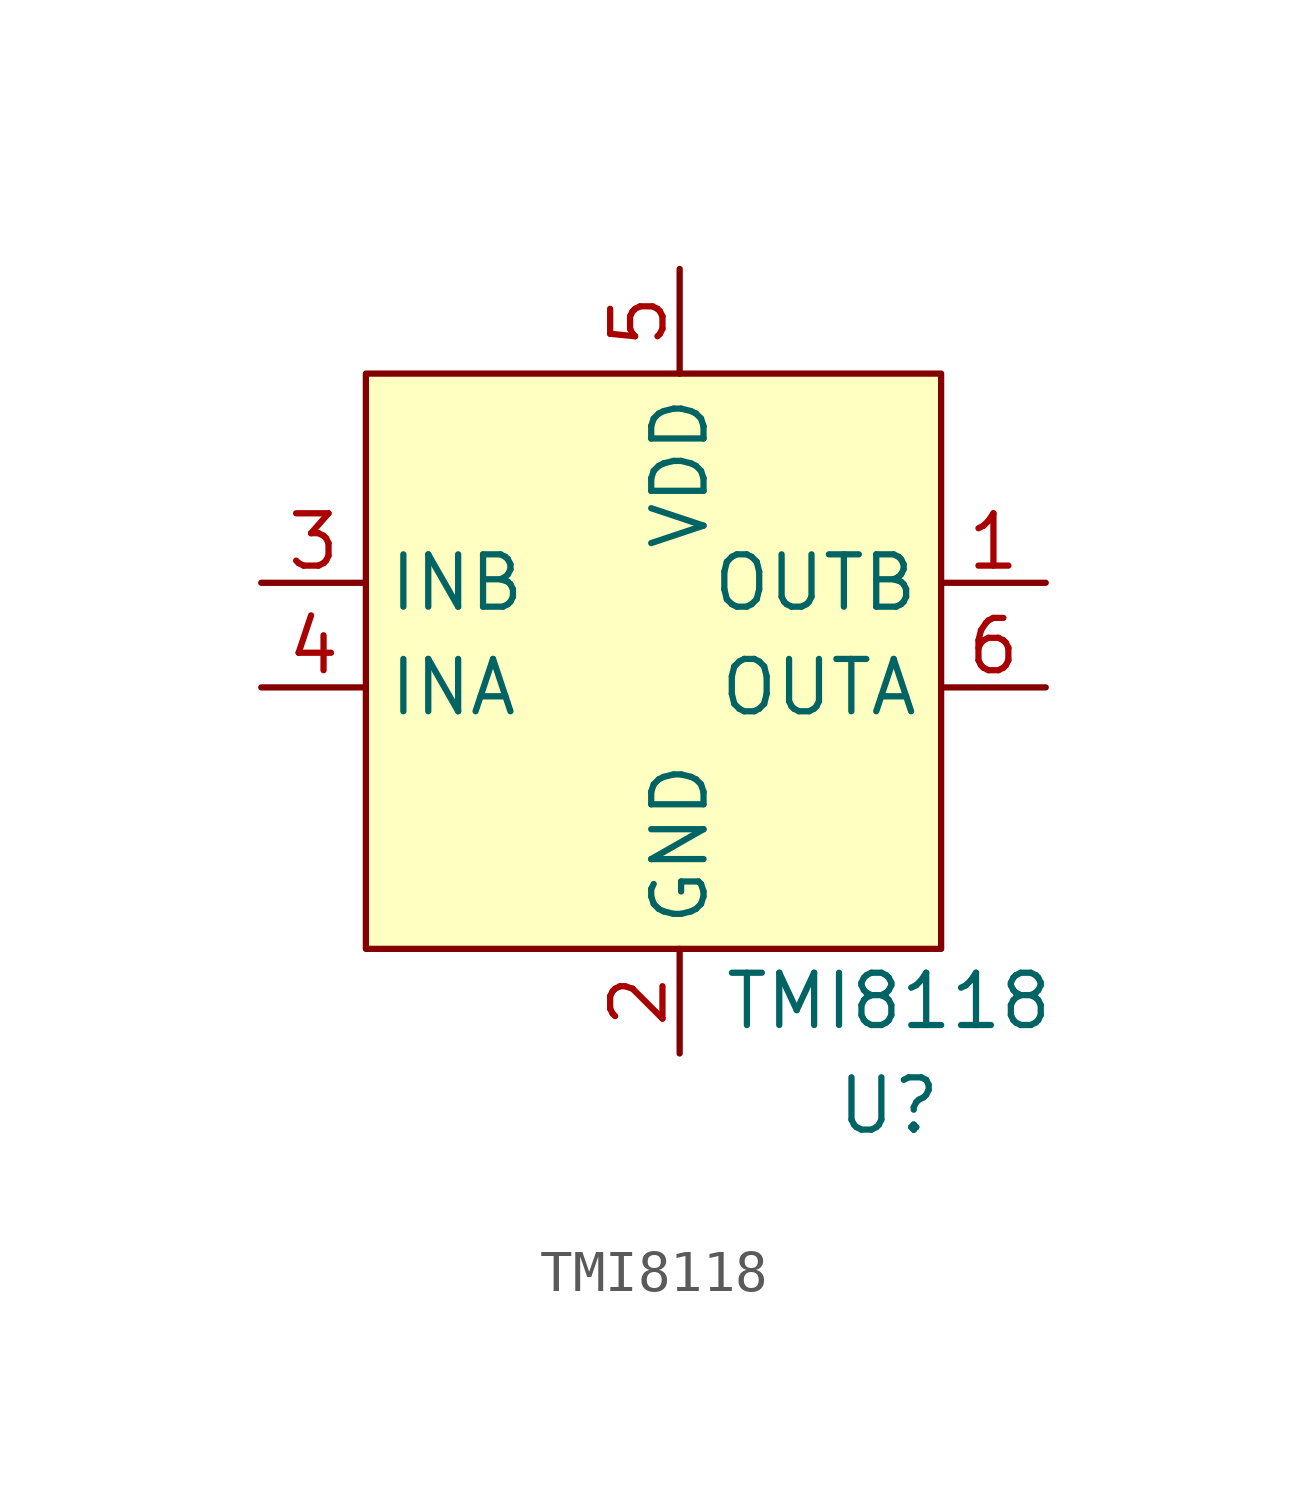
<source format=kicad_sym>
(kicad_symbol_lib
  (version 20211014)
  (generator kicad_symbol_editor)
  (symbol "TMI8118"
    (property "Reference" "U"
      (at 0 0 0)
      (effects (font (size 1.27 1.27))))
    (property "Value" "TMI8118"
      (at 0 2.54 0)
      (effects (font (size 1.27 1.27))))
    (symbol "TMI8118_0_0"
      (pin power_out line (at 3.81 12.7 180) (length 2.54) (name "OUTB" (effects (font (size 1.27 1.27)))) (number "1" (effects (font (size 1.27 1.27)))))
      (pin power_in line (at -5.08 1.27 90) (length 2.54) (name "GND" (effects (font (size 1.27 1.27)))) (number "2" (effects (font (size 1.27 1.27)))))
      (pin input line (at -15.24 12.7 0) (length 2.54) (name "INB" (effects (font (size 1.27 1.27)))) (number "3" (effects (font (size 1.27 1.27)))))
      (pin input line (at -15.24 10.16 0) (length 2.54) (name "INA" (effects (font (size 1.27 1.27)))) (number "4" (effects (font (size 1.27 1.27)))))
      (pin power_in line (at -5.08 20.32 270) (length 2.54) (name "VDD" (effects (font (size 1.27 1.27)))) (number "5" (effects (font (size 1.27 1.27)))))
      (pin power_out line (at 3.81 10.16 180) (length 2.54) (name "OUTA" (effects (font (size 1.27 1.27)))) (number "6" (effects (font (size 1.27 1.27))))))
    (symbol "TMI8118_0_1"
      (rectangle (start -12.7 17.78) (end 1.27 3.81) (stroke (width 0.152) (type default) (color 0 0 0 0)) (fill (type background))))))
</source>
